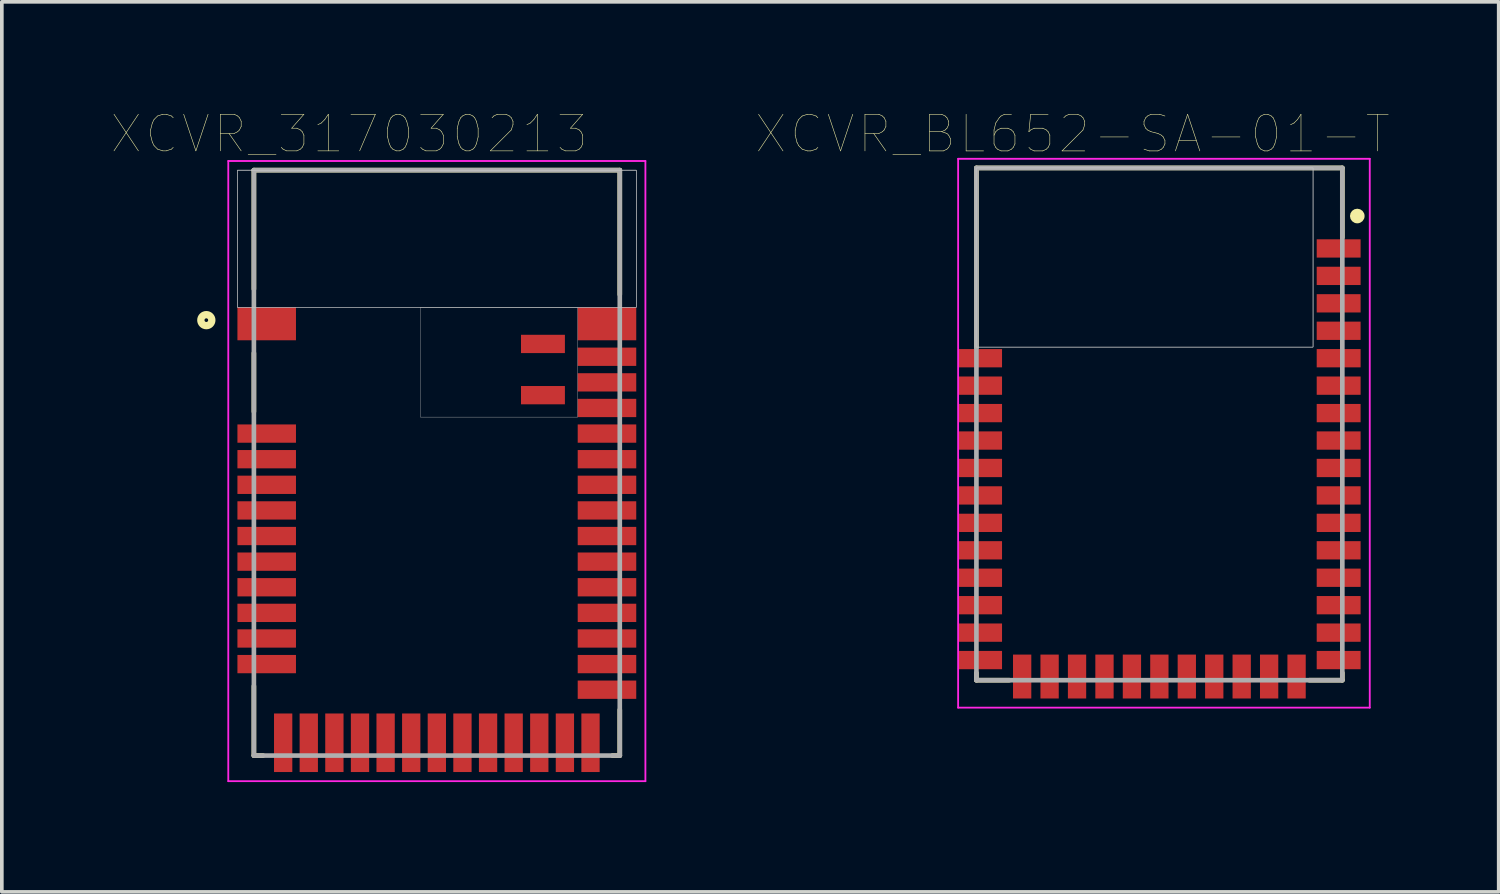
<source format=kicad_pcb>
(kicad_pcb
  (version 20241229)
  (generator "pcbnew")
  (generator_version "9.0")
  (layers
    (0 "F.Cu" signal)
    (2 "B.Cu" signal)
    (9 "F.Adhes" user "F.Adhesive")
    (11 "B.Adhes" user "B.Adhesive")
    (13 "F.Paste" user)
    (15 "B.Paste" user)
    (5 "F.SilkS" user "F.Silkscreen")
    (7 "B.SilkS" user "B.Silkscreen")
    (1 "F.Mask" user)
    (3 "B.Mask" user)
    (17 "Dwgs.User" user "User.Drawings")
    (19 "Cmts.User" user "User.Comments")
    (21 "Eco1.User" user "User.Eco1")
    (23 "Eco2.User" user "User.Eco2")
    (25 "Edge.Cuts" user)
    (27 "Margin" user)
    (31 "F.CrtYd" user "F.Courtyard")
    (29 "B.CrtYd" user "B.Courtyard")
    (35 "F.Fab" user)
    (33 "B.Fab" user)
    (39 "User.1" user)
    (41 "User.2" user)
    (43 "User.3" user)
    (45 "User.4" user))
  (footprint "XCVR_BL652-SA-01-T"
    (layer "F.Cu")
    (at 28.636 8.54)
    (property "Reference" "XCVR_BL652-SA-01-T" (at -2.374 -7.928 0) (layer "F.SilkS") (effects (font (size 1.001 1.001) (thickness 0.015))))
    (attr through_hole)
    (fp_line (start -5 -2.1) (end -5 -7) (stroke (width 0.127) (type solid)) (layer "F.SilkS"))
    (fp_line (start -5 6.8) (end -5 7) (stroke (width 0.127) (type solid)) (layer "F.SilkS"))
    (fp_line (start -5 7) (end -4.1 7) (stroke (width 0.127) (type solid)) (layer "F.SilkS"))
    (fp_line (start 5 -7) (end -5 -7) (stroke (width 0.127) (type solid)) (layer "F.SilkS"))
    (fp_line (start 5 -5.1) (end 5 -7) (stroke (width 0.127) (type solid)) (layer "F.SilkS"))
    (fp_line (start 5 6.8) (end 5 7) (stroke (width 0.127) (type solid)) (layer "F.SilkS"))
    (fp_line (start 5 7) (end 4.1 7) (stroke (width 0.127) (type solid)) (layer "F.SilkS"))
    (fp_circle (center 5.409 -5.686) (end 5.509 -5.686) (stroke (width 0.2) (type solid)) (fill no) (layer "F.SilkS"))
    (fp_poly (pts (xy -5.012 -7) (xy 4.2 -7) (xy 4.2 -2.105) (xy -5.012 -2.105)) (stroke (width 0.01) (type solid)) (fill no) (layer "Dwgs.User"))
    (fp_poly (pts (xy -5.009 -7) (xy 4.2 -7) (xy 4.2 -2.104) (xy -5.009 -2.104)) (stroke (width 0.01) (type solid)) (fill no) (layer "Dwgs.User"))
    (fp_poly (pts (xy -5.008 -7) (xy 4.2 -7) (xy 4.2 -2.104) (xy -5.008 -2.104)) (stroke (width 0.01) (type solid)) (fill no) (layer "Dwgs.User"))
    (fp_line (start -5.5 -7.25) (end 5.75 -7.25) (stroke (width 0.05) (type solid)) (layer "F.CrtYd"))
    (fp_line (start -5.5 7.75) (end -5.5 -7.25) (stroke (width 0.05) (type solid)) (layer "F.CrtYd"))
    (fp_line (start 5.75 -7.25) (end 5.75 7.75) (stroke (width 0.05) (type solid)) (layer "F.CrtYd"))
    (fp_line (start 5.75 7.75) (end -5.5 7.75) (stroke (width 0.05) (type solid)) (layer "F.CrtYd"))
    (fp_line (start -5 -7) (end -5 7) (stroke (width 0.127) (type solid)) (layer "F.Fab"))
    (fp_line (start -5 -7) (end 5 -7) (stroke (width 0.127) (type solid)) (layer "F.Fab"))
    (fp_line (start 5 -7) (end 5 7) (stroke (width 0.127) (type solid)) (layer "F.Fab"))
    (fp_line (start 5 7) (end -5 7) (stroke (width 0.127) (type solid)) (layer "F.Fab"))
    (pad "1" smd rect (at 4.9 -4.8) (size 1.2 0.5) (layers "F.Cu" "F.Mask" "F.Paste"))
    (pad "2" smd rect (at 4.9 -4.05) (size 1.2 0.5) (layers "F.Cu" "F.Mask" "F.Paste"))
    (pad "3" smd rect (at 4.9 -3.3) (size 1.2 0.5) (layers "F.Cu" "F.Mask" "F.Paste"))
    (pad "4" smd rect (at 4.9 -2.55) (size 1.2 0.5) (layers "F.Cu" "F.Mask" "F.Paste"))
    (pad "5" smd rect (at 4.9 -1.8) (size 1.2 0.5) (layers "F.Cu" "F.Mask" "F.Paste"))
    (pad "6" smd rect (at 4.9 -1.05) (size 1.2 0.5) (layers "F.Cu" "F.Mask" "F.Paste"))
    (pad "7" smd rect (at 4.9 -0.3) (size 1.2 0.5) (layers "F.Cu" "F.Mask" "F.Paste"))
    (pad "8" smd rect (at 4.9 0.45) (size 1.2 0.5) (layers "F.Cu" "F.Mask" "F.Paste"))
    (pad "9" smd rect (at 4.9 1.2) (size 1.2 0.5) (layers "F.Cu" "F.Mask" "F.Paste"))
    (pad "10" smd rect (at 4.9 1.95) (size 1.2 0.5) (layers "F.Cu" "F.Mask" "F.Paste"))
    (pad "11" smd rect (at 4.9 2.7) (size 1.2 0.5) (layers "F.Cu" "F.Mask" "F.Paste"))
    (pad "12" smd rect (at 4.9 3.45) (size 1.2 0.5) (layers "F.Cu" "F.Mask" "F.Paste"))
    (pad "13" smd rect (at 4.9 4.2) (size 1.2 0.5) (layers "F.Cu" "F.Mask" "F.Paste"))
    (pad "14" smd rect (at 4.9 4.95) (size 1.2 0.5) (layers "F.Cu" "F.Mask" "F.Paste"))
    (pad "15" smd rect (at 4.9 5.7) (size 1.2 0.5) (layers "F.Cu" "F.Mask" "F.Paste"))
    (pad "16" smd rect (at 4.9 6.45) (size 1.2 0.5) (layers "F.Cu" "F.Mask" "F.Paste"))
    (pad "17" smd rect (at 3.75 6.9) (size 0.5 1.2) (layers "F.Cu" "F.Mask" "F.Paste"))
    (pad "18" smd rect (at 3 6.9) (size 0.5 1.2) (layers "F.Cu" "F.Mask" "F.Paste"))
    (pad "19" smd rect (at 2.25 6.9) (size 0.5 1.2) (layers "F.Cu" "F.Mask" "F.Paste"))
    (pad "20" smd rect (at 1.5 6.9) (size 0.5 1.2) (layers "F.Cu" "F.Mask" "F.Paste"))
    (pad "21" smd rect (at 0.75 6.9) (size 0.5 1.2) (layers "F.Cu" "F.Mask" "F.Paste"))
    (pad "22" smd rect (at 0 6.9) (size 0.5 1.2) (layers "F.Cu" "F.Mask" "F.Paste"))
    (pad "23" smd rect (at -0.75 6.9) (size 0.5 1.2) (layers "F.Cu" "F.Mask" "F.Paste"))
    (pad "24" smd rect (at -1.5 6.9) (size 0.5 1.2) (layers "F.Cu" "F.Mask" "F.Paste"))
    (pad "25" smd rect (at -2.25 6.9) (size 0.5 1.2) (layers "F.Cu" "F.Mask" "F.Paste"))
    (pad "26" smd rect (at -3 6.9) (size 0.5 1.2) (layers "F.Cu" "F.Mask" "F.Paste"))
    (pad "27" smd rect (at -3.75 6.9) (size 0.5 1.2) (layers "F.Cu" "F.Mask" "F.Paste"))
    (pad "28" smd rect (at -4.9 6.45) (size 1.2 0.5) (layers "F.Cu" "F.Mask" "F.Paste"))
    (pad "29" smd rect (at -4.9 5.7) (size 1.2 0.5) (layers "F.Cu" "F.Mask" "F.Paste"))
    (pad "30" smd rect (at -4.9 4.95) (size 1.2 0.5) (layers "F.Cu" "F.Mask" "F.Paste"))
    (pad "31" smd rect (at -4.9 4.2) (size 1.2 0.5) (layers "F.Cu" "F.Mask" "F.Paste"))
    (pad "32" smd rect (at -4.9 3.45) (size 1.2 0.5) (layers "F.Cu" "F.Mask" "F.Paste"))
    (pad "33" smd rect (at -4.9 2.7) (size 1.2 0.5) (layers "F.Cu" "F.Mask" "F.Paste"))
    (pad "34" smd rect (at -4.9 1.95) (size 1.2 0.5) (layers "F.Cu" "F.Mask" "F.Paste"))
    (pad "35" smd rect (at -4.9 1.2) (size 1.2 0.5) (layers "F.Cu" "F.Mask" "F.Paste"))
    (pad "36" smd rect (at -4.9 0.45) (size 1.2 0.5) (layers "F.Cu" "F.Mask" "F.Paste"))
    (pad "37" smd rect (at -4.9 -0.3) (size 1.2 0.5) (layers "F.Cu" "F.Mask" "F.Paste"))
    (pad "38" smd rect (at -4.9 -1.05) (size 1.2 0.5) (layers "F.Cu" "F.Mask" "F.Paste"))
    (pad "39" smd rect (at -4.9 -1.8) (size 1.2 0.5) (layers "F.Cu" "F.Mask" "F.Paste")))
  (footprint "XCVR_317030213"
    (layer "F.Cu")
    (at 8.889 9.6)
    (property "Reference" "XCVR_317030213" (at -2.395 -8.989 0) (layer "F.SilkS") (effects (font (size 1 1) (thickness 0.015))))
    (attr through_hole)
    (fp_line (start -5 -8) (end 5 -8) (stroke (width 0.127) (type solid)) (layer "F.SilkS"))
    (fp_line (start -5 -4.75) (end -5 -8) (stroke (width 0.127) (type solid)) (layer "F.SilkS"))
    (fp_line (start -5 -3) (end -5 -1.4) (stroke (width 0.127) (type solid)) (layer "F.SilkS"))
    (fp_line (start -5 6.1) (end -5 8) (stroke (width 0.127) (type solid)) (layer "F.SilkS"))
    (fp_line (start -5 8) (end -4.75 8) (stroke (width 0.127) (type solid)) (layer "F.SilkS"))
    (fp_line (start 5 -8) (end 5 -4.6) (stroke (width 0.127) (type solid)) (layer "F.SilkS"))
    (fp_line (start 5 6.75) (end 5 8) (stroke (width 0.127) (type solid)) (layer "F.SilkS"))
    (fp_line (start 5 8) (end 4.8 8) (stroke (width 0.127) (type solid)) (layer "F.SilkS"))
    (fp_circle (center -6.3 -3.9) (end -6.15 -3.9) (stroke (width 0.2) (type solid)) (fill no) (layer "F.SilkS"))
    (fp_poly (pts (xy -5.45 -8) (xy 5.45 -8) (xy 5.45 -4.25) (xy -5.45 -4.25)) (stroke (width 0.01) (type solid)) (fill no) (layer "Dwgs.User"))
    (fp_poly (pts (xy -5.45 -8) (xy 5.45 -8) (xy 5.45 -4.25) (xy -5.45 -4.25)) (stroke (width 0.01) (type solid)) (fill no) (layer "Dwgs.User"))
    (fp_poly (pts (xy -5.45 -8) (xy 5.45 -8) (xy 5.45 -4.25) (xy -5.45 -4.25)) (stroke (width 0.01) (type solid)) (fill no) (layer "Dwgs.User"))
    (fp_line (start -5.7 -8.25) (end 5.7 -8.25) (stroke (width 0.05) (type solid)) (layer "F.CrtYd"))
    (fp_line (start -5.7 8.7) (end -5.7 -8.25) (stroke (width 0.05) (type solid)) (layer "F.CrtYd"))
    (fp_line (start 5.7 -8.25) (end 5.7 8.7) (stroke (width 0.05) (type solid)) (layer "F.CrtYd"))
    (fp_line (start 5.7 8.7) (end -5.7 8.7) (stroke (width 0.05) (type solid)) (layer "F.CrtYd"))
    (fp_line (start -5 -8) (end 5 -8) (stroke (width 0.127) (type solid)) (layer "F.Fab"))
    (fp_line (start -5 8) (end -5 -8) (stroke (width 0.127) (type solid)) (layer "F.Fab"))
    (fp_line (start 5 -8) (end 5 8) (stroke (width 0.127) (type solid)) (layer "F.Fab"))
    (fp_line (start 5 8) (end -5 8) (stroke (width 0.127) (type solid)) (layer "F.Fab"))
    (fp_poly (pts (xy -0.45 -4.25) (xy 3.85 -4.25) (xy 3.85 -1.25) (xy -0.45 -1.25)) (stroke (width 0.01) (type solid)) (fill no) (layer "F.Fab"))
    (pad "1" smd rect (at -4.65 -3.8) (size 1.6 0.9) (layers "F.Cu" "F.Mask" "F.Paste"))
    (pad "2" smd rect (at -4.65 -0.8) (size 1.6 0.5) (layers "F.Cu" "F.Mask" "F.Paste"))
    (pad "3" smd rect (at -4.65 -0.1) (size 1.6 0.5) (layers "F.Cu" "F.Mask" "F.Paste"))
    (pad "4" smd rect (at -4.65 0.6) (size 1.6 0.5) (layers "F.Cu" "F.Mask" "F.Paste"))
    (pad "5" smd rect (at -4.65 1.3) (size 1.6 0.5) (layers "F.Cu" "F.Mask" "F.Paste"))
    (pad "6" smd rect (at -4.65 2) (size 1.6 0.5) (layers "F.Cu" "F.Mask" "F.Paste"))
    (pad "7" smd rect (at -4.65 2.7) (size 1.6 0.5) (layers "F.Cu" "F.Mask" "F.Paste"))
    (pad "8" smd rect (at -4.65 3.4) (size 1.6 0.5) (layers "F.Cu" "F.Mask" "F.Paste"))
    (pad "9" smd rect (at -4.65 4.1) (size 1.6 0.5) (layers "F.Cu" "F.Mask" "F.Paste"))
    (pad "10" smd rect (at -4.65 4.8) (size 1.6 0.5) (layers "F.Cu" "F.Mask" "F.Paste"))
    (pad "11" smd rect (at -4.65 5.5) (size 1.6 0.5) (layers "F.Cu" "F.Mask" "F.Paste"))
    (pad "12" smd rect (at -4.2 7.65) (size 0.5 1.6) (layers "F.Cu" "F.Mask" "F.Paste"))
    (pad "13" smd rect (at -3.5 7.65) (size 0.5 1.6) (layers "F.Cu" "F.Mask" "F.Paste"))
    (pad "14" smd rect (at -2.8 7.65) (size 0.5 1.6) (layers "F.Cu" "F.Mask" "F.Paste"))
    (pad "15" smd rect (at -2.1 7.65) (size 0.5 1.6) (layers "F.Cu" "F.Mask" "F.Paste"))
    (pad "16" smd rect (at -1.4 7.65) (size 0.5 1.6) (layers "F.Cu" "F.Mask" "F.Paste"))
    (pad "17" smd rect (at -0.7 7.65) (size 0.5 1.6) (layers "F.Cu" "F.Mask" "F.Paste"))
    (pad "18" smd rect (at 0 7.65) (size 0.5 1.6) (layers "F.Cu" "F.Mask" "F.Paste"))
    (pad "19" smd rect (at 0.7 7.65) (size 0.5 1.6) (layers "F.Cu" "F.Mask" "F.Paste"))
    (pad "20" smd rect (at 1.4 7.65) (size 0.5 1.6) (layers "F.Cu" "F.Mask" "F.Paste"))
    (pad "21" smd rect (at 2.1 7.65) (size 0.5 1.6) (layers "F.Cu" "F.Mask" "F.Paste"))
    (pad "22" smd rect (at 2.8 7.65) (size 0.5 1.6) (layers "F.Cu" "F.Mask" "F.Paste"))
    (pad "23" smd rect (at 3.5 7.65) (size 0.5 1.6) (layers "F.Cu" "F.Mask" "F.Paste"))
    (pad "24" smd rect (at 4.2 7.65) (size 0.5 1.6) (layers "F.Cu" "F.Mask" "F.Paste"))
    (pad "25" smd rect (at 4.65 6.2) (size 1.6 0.5) (layers "F.Cu" "F.Mask" "F.Paste"))
    (pad "26" smd rect (at 4.65 5.5) (size 1.6 0.5) (layers "F.Cu" "F.Mask" "F.Paste"))
    (pad "27" smd rect (at 4.65 4.8) (size 1.6 0.5) (layers "F.Cu" "F.Mask" "F.Paste"))
    (pad "28" smd rect (at 4.65 4.1) (size 1.6 0.5) (layers "F.Cu" "F.Mask" "F.Paste"))
    (pad "29" smd rect (at 4.65 3.4) (size 1.6 0.5) (layers "F.Cu" "F.Mask" "F.Paste"))
    (pad "30" smd rect (at 4.65 2.7) (size 1.6 0.5) (layers "F.Cu" "F.Mask" "F.Paste"))
    (pad "31" smd rect (at 4.65 2) (size 1.6 0.5) (layers "F.Cu" "F.Mask" "F.Paste"))
    (pad "32" smd rect (at 4.65 1.3) (size 1.6 0.5) (layers "F.Cu" "F.Mask" "F.Paste"))
    (pad "33" smd rect (at 4.65 0.6) (size 1.6 0.5) (layers "F.Cu" "F.Mask" "F.Paste"))
    (pad "34" smd rect (at 4.65 -0.1) (size 1.6 0.5) (layers "F.Cu" "F.Mask" "F.Paste"))
    (pad "35" smd rect (at 4.65 -0.8) (size 1.6 0.5) (layers "F.Cu" "F.Mask" "F.Paste"))
    (pad "36" smd rect (at 4.65 -1.5) (size 1.6 0.5) (layers "F.Cu" "F.Mask" "F.Paste"))
    (pad "37" smd rect (at 4.65 -2.2) (size 1.6 0.5) (layers "F.Cu" "F.Mask" "F.Paste"))
    (pad "38" smd rect (at 4.65 -2.9) (size 1.6 0.5) (layers "F.Cu" "F.Mask" "F.Paste"))
    (pad "39" smd rect (at 4.65 -3.8) (size 1.6 0.9) (layers "F.Cu" "F.Mask" "F.Paste"))
    (pad "40" smd rect (at 2.9 -3.25) (size 1.2 0.5) (layers "F.Cu" "F.Mask" "F.Paste"))
    (pad "41" smd rect (at 2.9 -1.85) (size 1.2 0.5) (layers "F.Cu" "F.Mask" "F.Paste")))
  (gr_rect
    (start -3 -3)
    (end 37.91 21.325)
    (stroke (width 0.1) (type default))
    (fill no)
    (layer "Edge.Cuts")))
</source>
